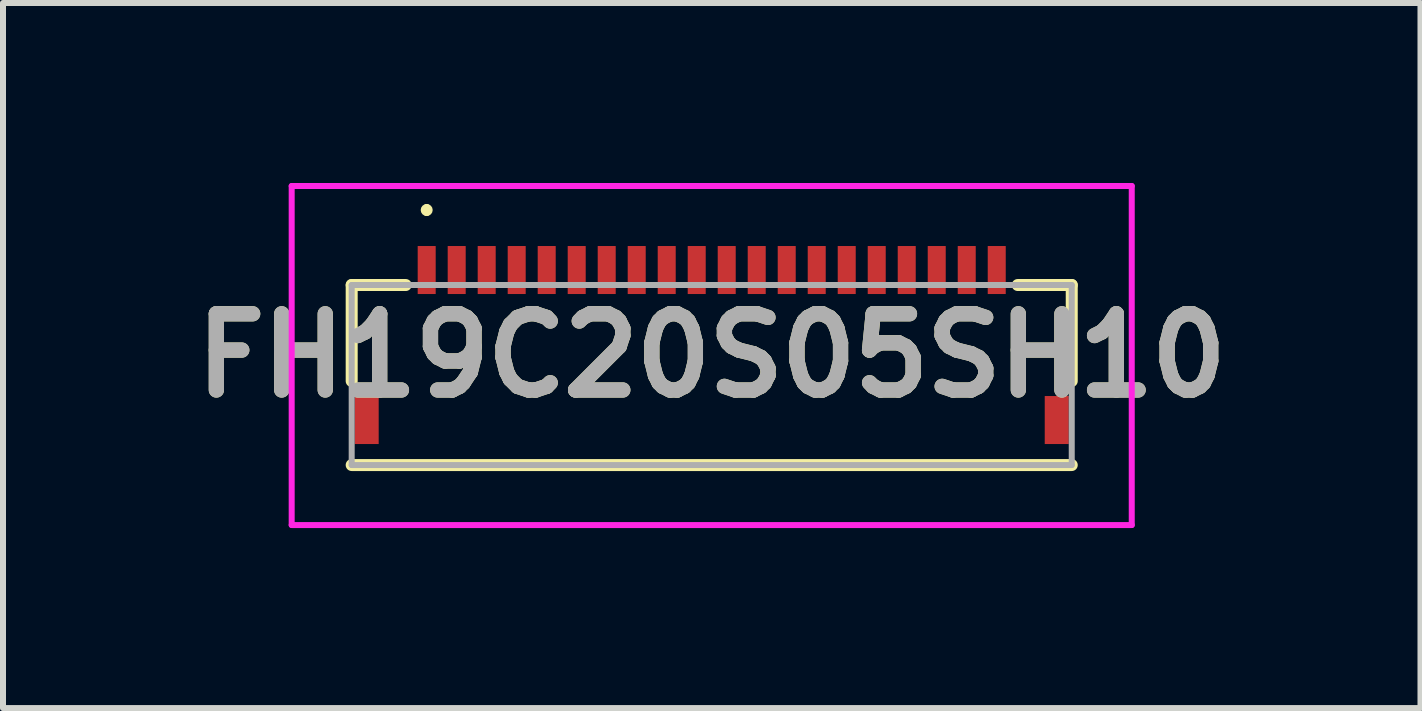
<source format=kicad_pcb>
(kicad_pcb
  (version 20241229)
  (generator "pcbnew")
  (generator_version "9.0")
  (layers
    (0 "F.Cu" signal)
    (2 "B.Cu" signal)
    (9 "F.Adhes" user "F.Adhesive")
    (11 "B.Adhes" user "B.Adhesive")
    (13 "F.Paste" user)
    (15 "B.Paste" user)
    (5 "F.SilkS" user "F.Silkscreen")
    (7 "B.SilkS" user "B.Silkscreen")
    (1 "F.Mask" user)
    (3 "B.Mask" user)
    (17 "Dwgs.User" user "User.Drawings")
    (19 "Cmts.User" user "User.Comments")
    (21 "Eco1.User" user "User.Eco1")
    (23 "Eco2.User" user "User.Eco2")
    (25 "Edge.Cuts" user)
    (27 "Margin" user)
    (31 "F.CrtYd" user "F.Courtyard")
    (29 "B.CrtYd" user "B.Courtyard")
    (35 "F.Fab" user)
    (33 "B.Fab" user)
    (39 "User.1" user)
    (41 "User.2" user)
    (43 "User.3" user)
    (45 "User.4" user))
  (footprint "FH19C20S05SH10"
    (layer "F.Cu")
    (at 8.811 3.2)
    (property "Reference" "FH19C20S05SH10" (at 0 -0.325 0) (layer "F.SilkS") (effects (font (size 1.27 1.27) (thickness 0.254))))
    (attr smd)
    (fp_line (start -6 -1.5) (end -6 0.1) (stroke (width 0.2) (type solid)) (layer "F.SilkS"))
    (fp_line (start -6 1.5) (end 6 1.5) (stroke (width 0.2) (type solid)) (layer "F.SilkS"))
    (fp_line (start -5.1 -1.5) (end -6 -1.5) (stroke (width 0.2) (type solid)) (layer "F.SilkS"))
    (fp_line (start -4.75 -2.8) (end -4.75 -2.8) (stroke (width 0.1) (type solid)) (layer "F.SilkS"))
    (fp_line (start -4.75 -2.7) (end -4.75 -2.7) (stroke (width 0.1) (type solid)) (layer "F.SilkS"))
    (fp_line (start 6 -1.5) (end 5.1 -1.5) (stroke (width 0.2) (type solid)) (layer "F.SilkS"))
    (fp_line (start 6 0.1) (end 6 -1.5) (stroke (width 0.2) (type solid)) (layer "F.SilkS"))
    (fp_arc (start -4.75 -2.8) (mid -4.7 -2.75) (end -4.75 -2.7) (stroke (width 0.1) (type solid)) (layer "F.SilkS"))
    (fp_arc (start -4.75 -2.7) (mid -4.8 -2.75) (end -4.75 -2.8) (stroke (width 0.1) (type solid)) (layer "F.SilkS"))
    (fp_line (start -7 -3.15) (end 7 -3.15) (stroke (width 0.1) (type solid)) (layer "F.CrtYd"))
    (fp_line (start -7 2.5) (end -7 -3.15) (stroke (width 0.1) (type solid)) (layer "F.CrtYd"))
    (fp_line (start 7 -3.15) (end 7 2.5) (stroke (width 0.1) (type solid)) (layer "F.CrtYd"))
    (fp_line (start 7 2.5) (end -7 2.5) (stroke (width 0.1) (type solid)) (layer "F.CrtYd"))
    (fp_line (start -6 -1.5) (end 6 -1.5) (stroke (width 0.1) (type solid)) (layer "F.Fab"))
    (fp_line (start -6 1.5) (end -6 -1.5) (stroke (width 0.1) (type solid)) (layer "F.Fab"))
    (fp_line (start 6 -1.5) (end 6 1.5) (stroke (width 0.1) (type solid)) (layer "F.Fab"))
    (fp_line (start 6 1.5) (end -6 1.5) (stroke (width 0.1) (type solid)) (layer "F.Fab"))
    (fp_text user "${REFERENCE}" (at 0 -0.325 0) (layer "F.Fab") (effects (font (size 1.27 1.27) (thickness 0.254))))
    (pad "1" smd rect (at -4.75 -1.75) (size 0.3 0.8) (layers "F.Cu" "F.Mask" "F.Paste"))
    (pad "2" smd rect (at -4.25 -1.75) (size 0.3 0.8) (layers "F.Cu" "F.Mask" "F.Paste"))
    (pad "3" smd rect (at -3.75 -1.75) (size 0.3 0.8) (layers "F.Cu" "F.Mask" "F.Paste"))
    (pad "4" smd rect (at -3.25 -1.75) (size 0.3 0.8) (layers "F.Cu" "F.Mask" "F.Paste"))
    (pad "5" smd rect (at -2.75 -1.75) (size 0.3 0.8) (layers "F.Cu" "F.Mask" "F.Paste"))
    (pad "6" smd rect (at -2.25 -1.75) (size 0.3 0.8) (layers "F.Cu" "F.Mask" "F.Paste"))
    (pad "7" smd rect (at -1.75 -1.75) (size 0.3 0.8) (layers "F.Cu" "F.Mask" "F.Paste"))
    (pad "8" smd rect (at -1.25 -1.75) (size 0.3 0.8) (layers "F.Cu" "F.Mask" "F.Paste"))
    (pad "9" smd rect (at -0.75 -1.75) (size 0.3 0.8) (layers "F.Cu" "F.Mask" "F.Paste"))
    (pad "10" smd rect (at -0.25 -1.75) (size 0.3 0.8) (layers "F.Cu" "F.Mask" "F.Paste"))
    (pad "11" smd rect (at 0.25 -1.75) (size 0.3 0.8) (layers "F.Cu" "F.Mask" "F.Paste"))
    (pad "12" smd rect (at 0.75 -1.75) (size 0.3 0.8) (layers "F.Cu" "F.Mask" "F.Paste"))
    (pad "13" smd rect (at 1.25 -1.75) (size 0.3 0.8) (layers "F.Cu" "F.Mask" "F.Paste"))
    (pad "14" smd rect (at 1.75 -1.75) (size 0.3 0.8) (layers "F.Cu" "F.Mask" "F.Paste"))
    (pad "15" smd rect (at 2.25 -1.75) (size 0.3 0.8) (layers "F.Cu" "F.Mask" "F.Paste"))
    (pad "16" smd rect (at 2.75 -1.75) (size 0.3 0.8) (layers "F.Cu" "F.Mask" "F.Paste"))
    (pad "17" smd rect (at 3.25 -1.75) (size 0.3 0.8) (layers "F.Cu" "F.Mask" "F.Paste"))
    (pad "18" smd rect (at 3.75 -1.75) (size 0.3 0.8) (layers "F.Cu" "F.Mask" "F.Paste"))
    (pad "19" smd rect (at 4.25 -1.75) (size 0.3 0.8) (layers "F.Cu" "F.Mask" "F.Paste"))
    (pad "20" smd rect (at 4.75 -1.75) (size 0.3 0.8) (layers "F.Cu" "F.Mask" "F.Paste"))
    (pad "MP1" smd rect (at -5.75 0.75) (size 0.4 0.8) (layers "F.Cu" "F.Mask" "F.Paste"))
    (pad "MP2" smd rect (at 5.75 0.75) (size 0.4 0.8) (layers "F.Cu" "F.Mask" "F.Paste")))
  (gr_rect
    (start -3 -3)
    (end 20.623 8.75)
    (stroke (width 0.1) (type default))
    (fill no)
    (layer "Edge.Cuts")))
</source>
